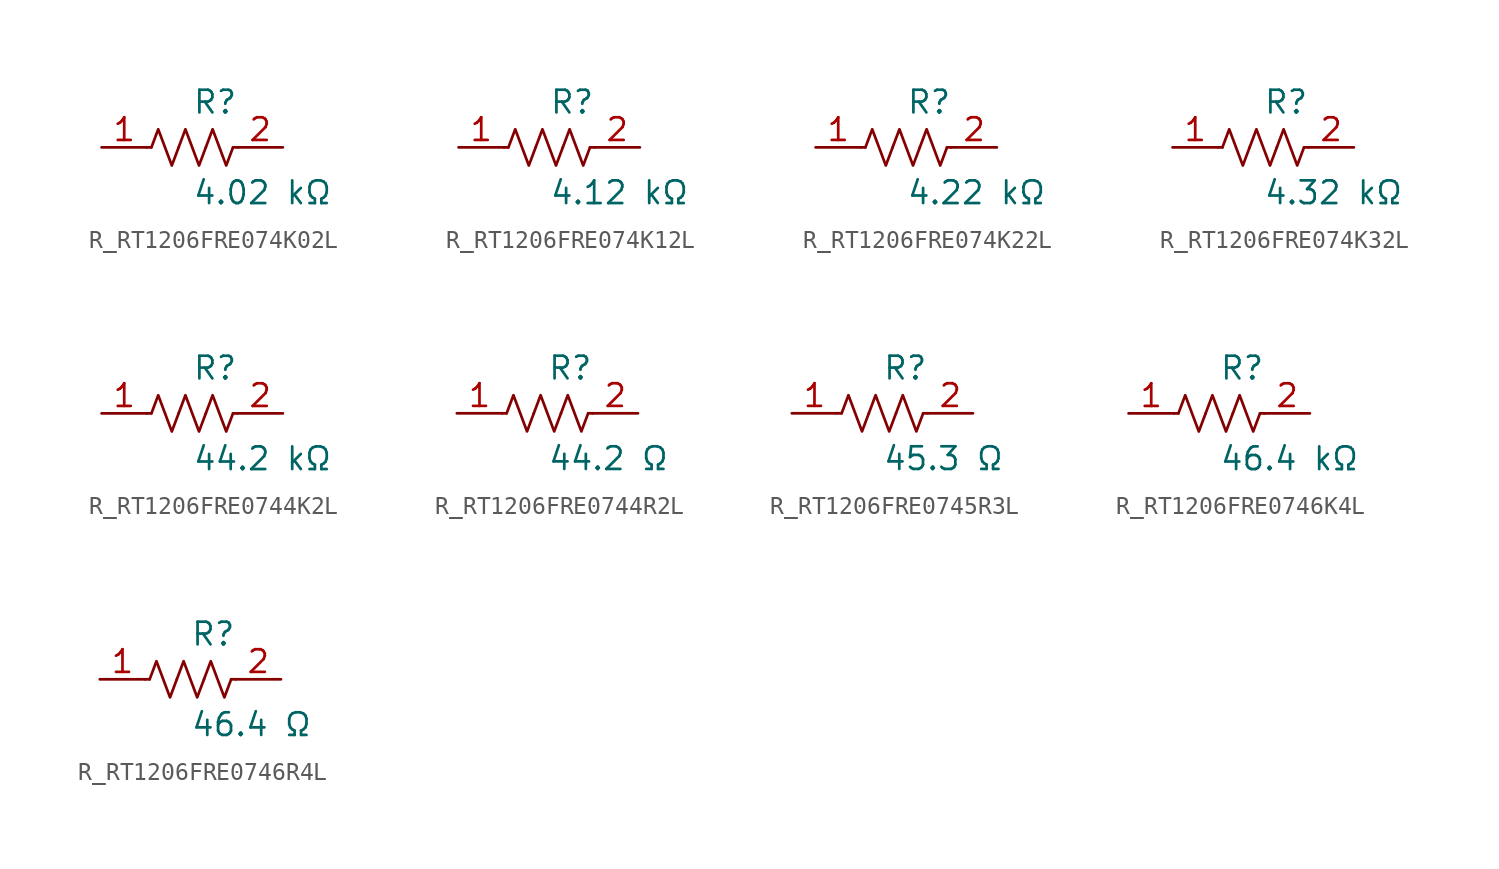
<source format=kicad_sym>
(kicad_symbol_lib
  (version 20231120)
  (generator kicad_symbol_editor)
  (generator_version 8.0)
  (symbol "R_RT1206FRE074K02L"
    (pin_names
      (offset 0.254))
    (property "Reference" "R"
      (at 0 2.54 0)
      (effects (font (size 1.27 1.27)) (justify left)))
    (property "Value" "4.02 kΩ"
      (at 0 -2.54 0)
      (effects (font (size 1.27 1.27)) (justify left)))
    (symbol "R_RT1206FRE074K02L_0_1"
      (polyline (pts (xy 2.286 0) (xy 2.54 0)) (stroke (width 0) (type default)) (fill (type none)))
      (polyline (pts (xy -2.286 0) (xy -2.54 0)) (stroke (width 0) (type default)) (fill (type none)))
      (polyline (pts (xy 0.762 0) (xy 1.143 1.016) (xy 1.524 0) (xy 1.905 -1.016) (xy 2.286 0)) (stroke (width 0) (type default)) (fill (type none)))
      (polyline (pts (xy -0.762 0) (xy -0.381 1.016) (xy 0 0) (xy 0.381 -1.016) (xy 0.762 0)) (stroke (width 0) (type default)) (fill (type none)))
      (polyline (pts (xy -2.286 0) (xy -1.905 1.016) (xy -1.524 0) (xy -1.143 -1.016) (xy -0.762 0)) (stroke (width 0) (type default)) (fill (type none))))
    (pin unspecified line
      (at -5.08 0 0)
      (length 2.54)
      (name "" (effects (font (size 1.27 1.27))))
      (number "1" (effects (font (size 1.27 1.27)))))
    (pin unspecified line
      (at 5.08 0 180)
      (length 2.54)
      (name "" (effects (font (size 1.27 1.27))))
      (number "2" (effects (font (size 1.27 1.27))))))
  (symbol "R_RT1206FRE074K12L"
    (pin_names
      (offset 0.254))
    (property "Reference" "R"
      (at 0 2.54 0)
      (effects (font (size 1.27 1.27)) (justify left)))
    (property "Value" "4.12 kΩ"
      (at 0 -2.54 0)
      (effects (font (size 1.27 1.27)) (justify left)))
    (symbol "R_RT1206FRE074K12L_0_1"
      (polyline (pts (xy 2.286 0) (xy 2.54 0)) (stroke (width 0) (type default)) (fill (type none)))
      (polyline (pts (xy -2.286 0) (xy -2.54 0)) (stroke (width 0) (type default)) (fill (type none)))
      (polyline (pts (xy 0.762 0) (xy 1.143 1.016) (xy 1.524 0) (xy 1.905 -1.016) (xy 2.286 0)) (stroke (width 0) (type default)) (fill (type none)))
      (polyline (pts (xy -0.762 0) (xy -0.381 1.016) (xy 0 0) (xy 0.381 -1.016) (xy 0.762 0)) (stroke (width 0) (type default)) (fill (type none)))
      (polyline (pts (xy -2.286 0) (xy -1.905 1.016) (xy -1.524 0) (xy -1.143 -1.016) (xy -0.762 0)) (stroke (width 0) (type default)) (fill (type none))))
    (pin unspecified line
      (at -5.08 0 0)
      (length 2.54)
      (name "" (effects (font (size 1.27 1.27))))
      (number "1" (effects (font (size 1.27 1.27)))))
    (pin unspecified line
      (at 5.08 0 180)
      (length 2.54)
      (name "" (effects (font (size 1.27 1.27))))
      (number "2" (effects (font (size 1.27 1.27))))))
  (symbol "R_RT1206FRE074K22L"
    (pin_names
      (offset 0.254))
    (property "Reference" "R"
      (at 0 2.54 0)
      (effects (font (size 1.27 1.27)) (justify left)))
    (property "Value" "4.22 kΩ"
      (at 0 -2.54 0)
      (effects (font (size 1.27 1.27)) (justify left)))
    (symbol "R_RT1206FRE074K22L_0_1"
      (polyline (pts (xy 2.286 0) (xy 2.54 0)) (stroke (width 0) (type default)) (fill (type none)))
      (polyline (pts (xy -2.286 0) (xy -2.54 0)) (stroke (width 0) (type default)) (fill (type none)))
      (polyline (pts (xy 0.762 0) (xy 1.143 1.016) (xy 1.524 0) (xy 1.905 -1.016) (xy 2.286 0)) (stroke (width 0) (type default)) (fill (type none)))
      (polyline (pts (xy -0.762 0) (xy -0.381 1.016) (xy 0 0) (xy 0.381 -1.016) (xy 0.762 0)) (stroke (width 0) (type default)) (fill (type none)))
      (polyline (pts (xy -2.286 0) (xy -1.905 1.016) (xy -1.524 0) (xy -1.143 -1.016) (xy -0.762 0)) (stroke (width 0) (type default)) (fill (type none))))
    (pin unspecified line
      (at -5.08 0 0)
      (length 2.54)
      (name "" (effects (font (size 1.27 1.27))))
      (number "1" (effects (font (size 1.27 1.27)))))
    (pin unspecified line
      (at 5.08 0 180)
      (length 2.54)
      (name "" (effects (font (size 1.27 1.27))))
      (number "2" (effects (font (size 1.27 1.27))))))
  (symbol "R_RT1206FRE074K32L"
    (pin_names
      (offset 0.254))
    (property "Reference" "R"
      (at 0 2.54 0)
      (effects (font (size 1.27 1.27)) (justify left)))
    (property "Value" "4.32 kΩ"
      (at 0 -2.54 0)
      (effects (font (size 1.27 1.27)) (justify left)))
    (symbol "R_RT1206FRE074K32L_0_1"
      (polyline (pts (xy 2.286 0) (xy 2.54 0)) (stroke (width 0) (type default)) (fill (type none)))
      (polyline (pts (xy -2.286 0) (xy -2.54 0)) (stroke (width 0) (type default)) (fill (type none)))
      (polyline (pts (xy 0.762 0) (xy 1.143 1.016) (xy 1.524 0) (xy 1.905 -1.016) (xy 2.286 0)) (stroke (width 0) (type default)) (fill (type none)))
      (polyline (pts (xy -0.762 0) (xy -0.381 1.016) (xy 0 0) (xy 0.381 -1.016) (xy 0.762 0)) (stroke (width 0) (type default)) (fill (type none)))
      (polyline (pts (xy -2.286 0) (xy -1.905 1.016) (xy -1.524 0) (xy -1.143 -1.016) (xy -0.762 0)) (stroke (width 0) (type default)) (fill (type none))))
    (pin unspecified line
      (at -5.08 0 0)
      (length 2.54)
      (name "" (effects (font (size 1.27 1.27))))
      (number "1" (effects (font (size 1.27 1.27)))))
    (pin unspecified line
      (at 5.08 0 180)
      (length 2.54)
      (name "" (effects (font (size 1.27 1.27))))
      (number "2" (effects (font (size 1.27 1.27))))))
  (symbol "R_RT1206FRE0744K2L"
    (pin_names
      (offset 0.254))
    (property "Reference" "R"
      (at 0 2.54 0)
      (effects (font (size 1.27 1.27)) (justify left)))
    (property "Value" "44.2 kΩ"
      (at 0 -2.54 0)
      (effects (font (size 1.27 1.27)) (justify left)))
    (symbol "R_RT1206FRE0744K2L_0_1"
      (polyline (pts (xy 2.286 0) (xy 2.54 0)) (stroke (width 0) (type default)) (fill (type none)))
      (polyline (pts (xy -2.286 0) (xy -2.54 0)) (stroke (width 0) (type default)) (fill (type none)))
      (polyline (pts (xy 0.762 0) (xy 1.143 1.016) (xy 1.524 0) (xy 1.905 -1.016) (xy 2.286 0)) (stroke (width 0) (type default)) (fill (type none)))
      (polyline (pts (xy -0.762 0) (xy -0.381 1.016) (xy 0 0) (xy 0.381 -1.016) (xy 0.762 0)) (stroke (width 0) (type default)) (fill (type none)))
      (polyline (pts (xy -2.286 0) (xy -1.905 1.016) (xy -1.524 0) (xy -1.143 -1.016) (xy -0.762 0)) (stroke (width 0) (type default)) (fill (type none))))
    (pin unspecified line
      (at -5.08 0 0)
      (length 2.54)
      (name "" (effects (font (size 1.27 1.27))))
      (number "1" (effects (font (size 1.27 1.27)))))
    (pin unspecified line
      (at 5.08 0 180)
      (length 2.54)
      (name "" (effects (font (size 1.27 1.27))))
      (number "2" (effects (font (size 1.27 1.27))))))
  (symbol "R_RT1206FRE0744R2L"
    (pin_names
      (offset 0.254))
    (property "Reference" "R"
      (at 0 2.54 0)
      (effects (font (size 1.27 1.27)) (justify left)))
    (property "Value" "44.2 Ω"
      (at 0 -2.54 0)
      (effects (font (size 1.27 1.27)) (justify left)))
    (symbol "R_RT1206FRE0744R2L_0_1"
      (polyline (pts (xy 2.286 0) (xy 2.54 0)) (stroke (width 0) (type default)) (fill (type none)))
      (polyline (pts (xy -2.286 0) (xy -2.54 0)) (stroke (width 0) (type default)) (fill (type none)))
      (polyline (pts (xy 0.762 0) (xy 1.143 1.016) (xy 1.524 0) (xy 1.905 -1.016) (xy 2.286 0)) (stroke (width 0) (type default)) (fill (type none)))
      (polyline (pts (xy -0.762 0) (xy -0.381 1.016) (xy 0 0) (xy 0.381 -1.016) (xy 0.762 0)) (stroke (width 0) (type default)) (fill (type none)))
      (polyline (pts (xy -2.286 0) (xy -1.905 1.016) (xy -1.524 0) (xy -1.143 -1.016) (xy -0.762 0)) (stroke (width 0) (type default)) (fill (type none))))
    (pin unspecified line
      (at -5.08 0 0)
      (length 2.54)
      (name "" (effects (font (size 1.27 1.27))))
      (number "1" (effects (font (size 1.27 1.27)))))
    (pin unspecified line
      (at 5.08 0 180)
      (length 2.54)
      (name "" (effects (font (size 1.27 1.27))))
      (number "2" (effects (font (size 1.27 1.27))))))
  (symbol "R_RT1206FRE0745R3L"
    (pin_names
      (offset 0.254))
    (property "Reference" "R"
      (at 0 2.54 0)
      (effects (font (size 1.27 1.27)) (justify left)))
    (property "Value" "45.3 Ω"
      (at 0 -2.54 0)
      (effects (font (size 1.27 1.27)) (justify left)))
    (symbol "R_RT1206FRE0745R3L_0_1"
      (polyline (pts (xy 2.286 0) (xy 2.54 0)) (stroke (width 0) (type default)) (fill (type none)))
      (polyline (pts (xy -2.286 0) (xy -2.54 0)) (stroke (width 0) (type default)) (fill (type none)))
      (polyline (pts (xy 0.762 0) (xy 1.143 1.016) (xy 1.524 0) (xy 1.905 -1.016) (xy 2.286 0)) (stroke (width 0) (type default)) (fill (type none)))
      (polyline (pts (xy -0.762 0) (xy -0.381 1.016) (xy 0 0) (xy 0.381 -1.016) (xy 0.762 0)) (stroke (width 0) (type default)) (fill (type none)))
      (polyline (pts (xy -2.286 0) (xy -1.905 1.016) (xy -1.524 0) (xy -1.143 -1.016) (xy -0.762 0)) (stroke (width 0) (type default)) (fill (type none))))
    (pin unspecified line
      (at -5.08 0 0)
      (length 2.54)
      (name "" (effects (font (size 1.27 1.27))))
      (number "1" (effects (font (size 1.27 1.27)))))
    (pin unspecified line
      (at 5.08 0 180)
      (length 2.54)
      (name "" (effects (font (size 1.27 1.27))))
      (number "2" (effects (font (size 1.27 1.27))))))
  (symbol "R_RT1206FRE0746K4L"
    (pin_names
      (offset 0.254))
    (property "Reference" "R"
      (at 0 2.54 0)
      (effects (font (size 1.27 1.27)) (justify left)))
    (property "Value" "46.4 kΩ"
      (at 0 -2.54 0)
      (effects (font (size 1.27 1.27)) (justify left)))
    (symbol "R_RT1206FRE0746K4L_0_1"
      (polyline (pts (xy 2.286 0) (xy 2.54 0)) (stroke (width 0) (type default)) (fill (type none)))
      (polyline (pts (xy -2.286 0) (xy -2.54 0)) (stroke (width 0) (type default)) (fill (type none)))
      (polyline (pts (xy 0.762 0) (xy 1.143 1.016) (xy 1.524 0) (xy 1.905 -1.016) (xy 2.286 0)) (stroke (width 0) (type default)) (fill (type none)))
      (polyline (pts (xy -0.762 0) (xy -0.381 1.016) (xy 0 0) (xy 0.381 -1.016) (xy 0.762 0)) (stroke (width 0) (type default)) (fill (type none)))
      (polyline (pts (xy -2.286 0) (xy -1.905 1.016) (xy -1.524 0) (xy -1.143 -1.016) (xy -0.762 0)) (stroke (width 0) (type default)) (fill (type none))))
    (pin unspecified line
      (at -5.08 0 0)
      (length 2.54)
      (name "" (effects (font (size 1.27 1.27))))
      (number "1" (effects (font (size 1.27 1.27)))))
    (pin unspecified line
      (at 5.08 0 180)
      (length 2.54)
      (name "" (effects (font (size 1.27 1.27))))
      (number "2" (effects (font (size 1.27 1.27))))))
  (symbol "R_RT1206FRE0746R4L"
    (pin_names
      (offset 0.254))
    (property "Reference" "R"
      (at 0 2.54 0)
      (effects (font (size 1.27 1.27)) (justify left)))
    (property "Value" "46.4 Ω"
      (at 0 -2.54 0)
      (effects (font (size 1.27 1.27)) (justify left)))
    (symbol "R_RT1206FRE0746R4L_0_1"
      (polyline (pts (xy 2.286 0) (xy 2.54 0)) (stroke (width 0) (type default)) (fill (type none)))
      (polyline (pts (xy -2.286 0) (xy -2.54 0)) (stroke (width 0) (type default)) (fill (type none)))
      (polyline (pts (xy 0.762 0) (xy 1.143 1.016) (xy 1.524 0) (xy 1.905 -1.016) (xy 2.286 0)) (stroke (width 0) (type default)) (fill (type none)))
      (polyline (pts (xy -0.762 0) (xy -0.381 1.016) (xy 0 0) (xy 0.381 -1.016) (xy 0.762 0)) (stroke (width 0) (type default)) (fill (type none)))
      (polyline (pts (xy -2.286 0) (xy -1.905 1.016) (xy -1.524 0) (xy -1.143 -1.016) (xy -0.762 0)) (stroke (width 0) (type default)) (fill (type none))))
    (pin unspecified line
      (at -5.08 0 0)
      (length 2.54)
      (name "" (effects (font (size 1.27 1.27))))
      (number "1" (effects (font (size 1.27 1.27)))))
    (pin unspecified line
      (at 5.08 0 180)
      (length 2.54)
      (name "" (effects (font (size 1.27 1.27))))
      (number "2" (effects (font (size 1.27 1.27)))))))
</source>
